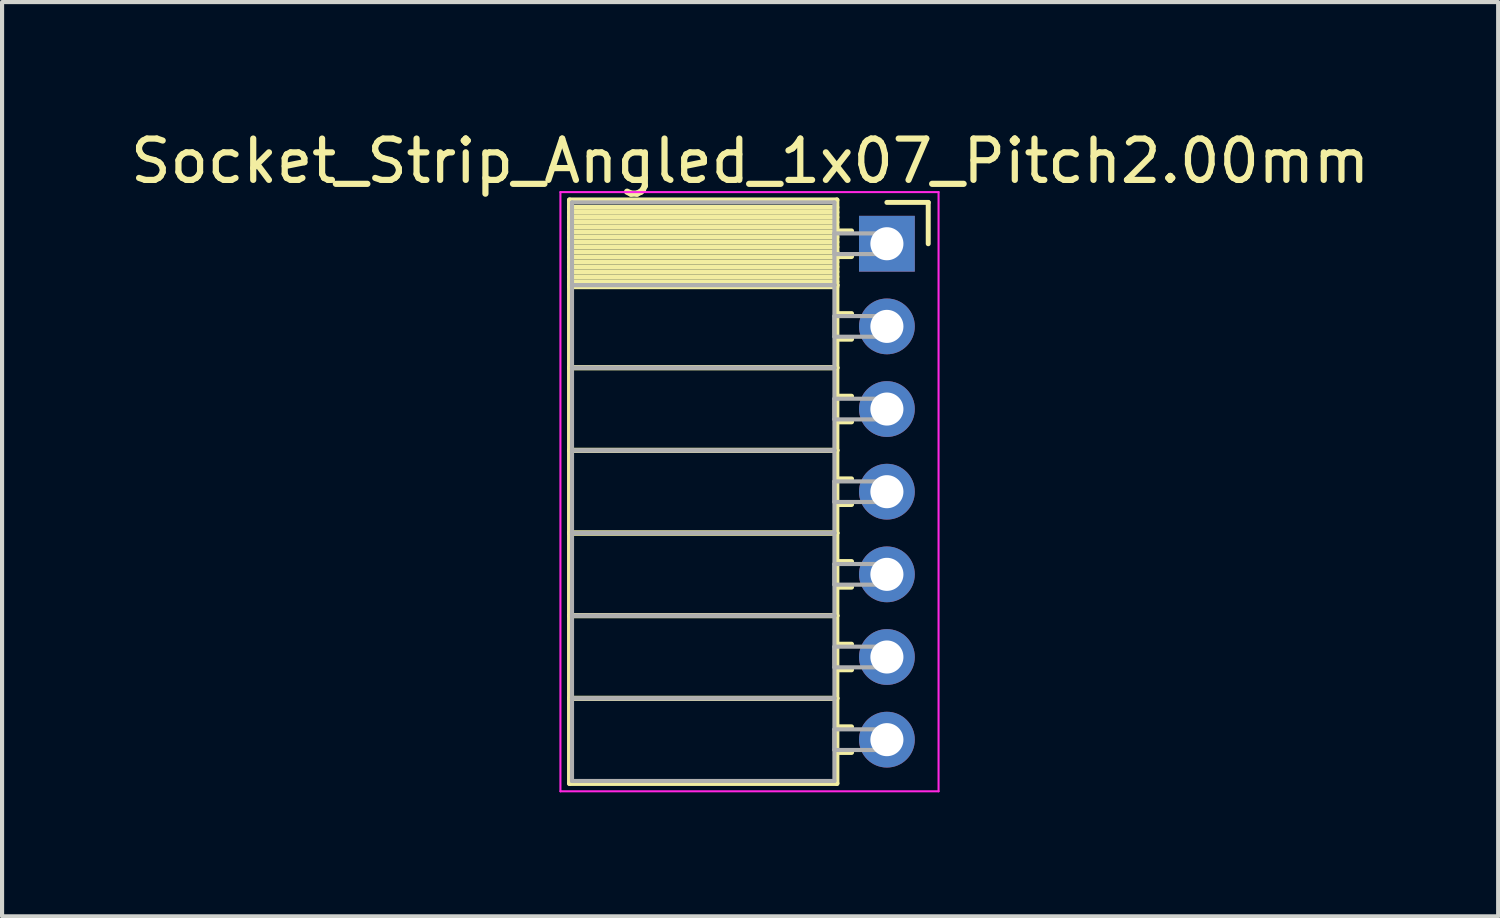
<source format=kicad_pcb>
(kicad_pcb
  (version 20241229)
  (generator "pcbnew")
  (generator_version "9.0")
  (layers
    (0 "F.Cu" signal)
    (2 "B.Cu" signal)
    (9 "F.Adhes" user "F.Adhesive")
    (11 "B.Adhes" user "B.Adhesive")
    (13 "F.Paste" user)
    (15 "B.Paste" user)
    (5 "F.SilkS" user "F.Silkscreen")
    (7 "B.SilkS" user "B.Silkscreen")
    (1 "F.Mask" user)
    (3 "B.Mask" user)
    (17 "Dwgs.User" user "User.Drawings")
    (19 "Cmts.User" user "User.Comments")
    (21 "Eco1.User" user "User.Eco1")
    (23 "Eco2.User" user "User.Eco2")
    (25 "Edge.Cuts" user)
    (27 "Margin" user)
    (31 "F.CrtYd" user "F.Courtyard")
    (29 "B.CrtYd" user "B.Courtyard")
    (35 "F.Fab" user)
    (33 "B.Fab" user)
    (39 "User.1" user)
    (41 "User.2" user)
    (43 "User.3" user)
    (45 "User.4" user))
  (footprint "Socket_Strip_Angled_1x07_Pitch2.00mm"
    (layer "F.Cu")
    (at 18.411 2.848)
    (property "Reference" "Socket_Strip_Angled_1x07_Pitch2.00mm" (at -3.31 -2 0) (layer "F.SilkS") (effects (font (size 1 1) (thickness 0.15))))
    (attr through_hole)
    (fp_line (start -7.68 -1.06) (end -1.21 -1.06) (stroke (width 0.12) (type solid)) (layer "F.SilkS"))
    (fp_line (start -7.68 1) (end -7.68 -1.06) (stroke (width 0.12) (type solid)) (layer "F.SilkS"))
    (fp_line (start -7.68 1) (end -1.21 1) (stroke (width 0.12) (type solid)) (layer "F.SilkS"))
    (fp_line (start -7.68 3) (end -7.68 1) (stroke (width 0.12) (type solid)) (layer "F.SilkS"))
    (fp_line (start -7.68 3) (end -1.21 3) (stroke (width 0.12) (type solid)) (layer "F.SilkS"))
    (fp_line (start -7.68 5) (end -7.68 3) (stroke (width 0.12) (type solid)) (layer "F.SilkS"))
    (fp_line (start -7.68 5) (end -1.21 5) (stroke (width 0.12) (type solid)) (layer "F.SilkS"))
    (fp_line (start -7.68 7) (end -7.68 5) (stroke (width 0.12) (type solid)) (layer "F.SilkS"))
    (fp_line (start -7.68 7) (end -1.21 7) (stroke (width 0.12) (type solid)) (layer "F.SilkS"))
    (fp_line (start -7.68 9) (end -7.68 7) (stroke (width 0.12) (type solid)) (layer "F.SilkS"))
    (fp_line (start -7.68 9) (end -1.21 9) (stroke (width 0.12) (type solid)) (layer "F.SilkS"))
    (fp_line (start -7.68 11) (end -7.68 9) (stroke (width 0.12) (type solid)) (layer "F.SilkS"))
    (fp_line (start -7.68 11) (end -1.21 11) (stroke (width 0.12) (type solid)) (layer "F.SilkS"))
    (fp_line (start -7.68 13.06) (end -7.68 11) (stroke (width 0.12) (type solid)) (layer "F.SilkS"))
    (fp_line (start -1.21 -1.06) (end -1.21 1) (stroke (width 0.12) (type solid)) (layer "F.SilkS"))
    (fp_line (start -1.21 -0.88) (end -7.68 -0.88) (stroke (width 0.12) (type solid)) (layer "F.SilkS"))
    (fp_line (start -1.21 -0.76) (end -7.68 -0.76) (stroke (width 0.12) (type solid)) (layer "F.SilkS"))
    (fp_line (start -1.21 -0.64) (end -7.68 -0.64) (stroke (width 0.12) (type solid)) (layer "F.SilkS"))
    (fp_line (start -1.21 -0.52) (end -7.68 -0.52) (stroke (width 0.12) (type solid)) (layer "F.SilkS"))
    (fp_line (start -1.21 -0.4) (end -7.68 -0.4) (stroke (width 0.12) (type solid)) (layer "F.SilkS"))
    (fp_line (start -1.21 -0.28) (end -7.68 -0.28) (stroke (width 0.12) (type solid)) (layer "F.SilkS"))
    (fp_line (start -1.21 -0.16) (end -7.68 -0.16) (stroke (width 0.12) (type solid)) (layer "F.SilkS"))
    (fp_line (start -1.21 -0.04) (end -7.68 -0.04) (stroke (width 0.12) (type solid)) (layer "F.SilkS"))
    (fp_line (start -1.21 0.08) (end -7.68 0.08) (stroke (width 0.12) (type solid)) (layer "F.SilkS"))
    (fp_line (start -1.21 0.2) (end -7.68 0.2) (stroke (width 0.12) (type solid)) (layer "F.SilkS"))
    (fp_line (start -1.21 0.32) (end -7.68 0.32) (stroke (width 0.12) (type solid)) (layer "F.SilkS"))
    (fp_line (start -1.21 0.44) (end -7.68 0.44) (stroke (width 0.12) (type solid)) (layer "F.SilkS"))
    (fp_line (start -1.21 0.56) (end -7.68 0.56) (stroke (width 0.12) (type solid)) (layer "F.SilkS"))
    (fp_line (start -1.21 0.68) (end -7.68 0.68) (stroke (width 0.12) (type solid)) (layer "F.SilkS"))
    (fp_line (start -1.21 0.8) (end -7.68 0.8) (stroke (width 0.12) (type solid)) (layer "F.SilkS"))
    (fp_line (start -1.21 0.92) (end -7.68 0.92) (stroke (width 0.12) (type solid)) (layer "F.SilkS"))
    (fp_line (start -1.21 1) (end -7.68 1) (stroke (width 0.12) (type solid)) (layer "F.SilkS"))
    (fp_line (start -1.21 1) (end -1.21 3) (stroke (width 0.12) (type solid)) (layer "F.SilkS"))
    (fp_line (start -1.21 1.04) (end -7.68 1.04) (stroke (width 0.12) (type solid)) (layer "F.SilkS"))
    (fp_line (start -1.21 3) (end -7.68 3) (stroke (width 0.12) (type solid)) (layer "F.SilkS"))
    (fp_line (start -1.21 3) (end -1.21 5) (stroke (width 0.12) (type solid)) (layer "F.SilkS"))
    (fp_line (start -1.21 5) (end -7.68 5) (stroke (width 0.12) (type solid)) (layer "F.SilkS"))
    (fp_line (start -1.21 5) (end -1.21 7) (stroke (width 0.12) (type solid)) (layer "F.SilkS"))
    (fp_line (start -1.21 7) (end -7.68 7) (stroke (width 0.12) (type solid)) (layer "F.SilkS"))
    (fp_line (start -1.21 7) (end -1.21 9) (stroke (width 0.12) (type solid)) (layer "F.SilkS"))
    (fp_line (start -1.21 9) (end -7.68 9) (stroke (width 0.12) (type solid)) (layer "F.SilkS"))
    (fp_line (start -1.21 9) (end -1.21 11) (stroke (width 0.12) (type solid)) (layer "F.SilkS"))
    (fp_line (start -1.21 11) (end -7.68 11) (stroke (width 0.12) (type solid)) (layer "F.SilkS"))
    (fp_line (start -1.21 11) (end -1.21 13.06) (stroke (width 0.12) (type solid)) (layer "F.SilkS"))
    (fp_line (start -1.21 13.06) (end -7.68 13.06) (stroke (width 0.12) (type solid)) (layer "F.SilkS"))
    (fp_line (start -0.855 -0.31) (end -1.21 -0.31) (stroke (width 0.12) (type solid)) (layer "F.SilkS"))
    (fp_line (start -0.855 0.31) (end -1.21 0.31) (stroke (width 0.12) (type solid)) (layer "F.SilkS"))
    (fp_line (start -0.855 1.69) (end -1.21 1.69) (stroke (width 0.12) (type solid)) (layer "F.SilkS"))
    (fp_line (start -0.855 2.31) (end -1.21 2.31) (stroke (width 0.12) (type solid)) (layer "F.SilkS"))
    (fp_line (start -0.855 3.69) (end -1.21 3.69) (stroke (width 0.12) (type solid)) (layer "F.SilkS"))
    (fp_line (start -0.855 4.31) (end -1.21 4.31) (stroke (width 0.12) (type solid)) (layer "F.SilkS"))
    (fp_line (start -0.855 5.69) (end -1.21 5.69) (stroke (width 0.12) (type solid)) (layer "F.SilkS"))
    (fp_line (start -0.855 6.31) (end -1.21 6.31) (stroke (width 0.12) (type solid)) (layer "F.SilkS"))
    (fp_line (start -0.855 7.69) (end -1.21 7.69) (stroke (width 0.12) (type solid)) (layer "F.SilkS"))
    (fp_line (start -0.855 8.31) (end -1.21 8.31) (stroke (width 0.12) (type solid)) (layer "F.SilkS"))
    (fp_line (start -0.855 9.69) (end -1.21 9.69) (stroke (width 0.12) (type solid)) (layer "F.SilkS"))
    (fp_line (start -0.855 10.31) (end -1.21 10.31) (stroke (width 0.12) (type solid)) (layer "F.SilkS"))
    (fp_line (start -0.855 11.69) (end -1.21 11.69) (stroke (width 0.12) (type solid)) (layer "F.SilkS"))
    (fp_line (start -0.855 12.31) (end -1.21 12.31) (stroke (width 0.12) (type solid)) (layer "F.SilkS"))
    (fp_line (start 0 -1) (end 1 -1) (stroke (width 0.12) (type solid)) (layer "F.SilkS"))
    (fp_line (start 1 -1) (end 1 0) (stroke (width 0.12) (type solid)) (layer "F.SilkS"))
    (fp_line (start -7.9 -1.25) (end 1.25 -1.25) (stroke (width 0.05) (type solid)) (layer "F.CrtYd"))
    (fp_line (start -7.9 13.25) (end -7.9 -1.25) (stroke (width 0.05) (type solid)) (layer "F.CrtYd"))
    (fp_line (start 1.25 -1.25) (end 1.25 13.25) (stroke (width 0.05) (type solid)) (layer "F.CrtYd"))
    (fp_line (start 1.25 13.25) (end -7.9 13.25) (stroke (width 0.05) (type solid)) (layer "F.CrtYd"))
    (fp_line (start -7.62 -1) (end -1.27 -1) (stroke (width 0.1) (type solid)) (layer "F.Fab"))
    (fp_line (start -7.62 1) (end -7.62 -1) (stroke (width 0.1) (type solid)) (layer "F.Fab"))
    (fp_line (start -7.62 1) (end -1.27 1) (stroke (width 0.1) (type solid)) (layer "F.Fab"))
    (fp_line (start -7.62 3) (end -7.62 1) (stroke (width 0.1) (type solid)) (layer "F.Fab"))
    (fp_line (start -7.62 3) (end -1.27 3) (stroke (width 0.1) (type solid)) (layer "F.Fab"))
    (fp_line (start -7.62 5) (end -7.62 3) (stroke (width 0.1) (type solid)) (layer "F.Fab"))
    (fp_line (start -7.62 5) (end -1.27 5) (stroke (width 0.1) (type solid)) (layer "F.Fab"))
    (fp_line (start -7.62 7) (end -7.62 5) (stroke (width 0.1) (type solid)) (layer "F.Fab"))
    (fp_line (start -7.62 7) (end -1.27 7) (stroke (width 0.1) (type solid)) (layer "F.Fab"))
    (fp_line (start -7.62 9) (end -7.62 7) (stroke (width 0.1) (type solid)) (layer "F.Fab"))
    (fp_line (start -7.62 9) (end -1.27 9) (stroke (width 0.1) (type solid)) (layer "F.Fab"))
    (fp_line (start -7.62 11) (end -7.62 9) (stroke (width 0.1) (type solid)) (layer "F.Fab"))
    (fp_line (start -7.62 11) (end -1.27 11) (stroke (width 0.1) (type solid)) (layer "F.Fab"))
    (fp_line (start -7.62 13) (end -7.62 11) (stroke (width 0.1) (type solid)) (layer "F.Fab"))
    (fp_line (start -1.27 -1) (end -1.27 1) (stroke (width 0.1) (type solid)) (layer "F.Fab"))
    (fp_line (start -1.27 -0.25) (end 0 -0.25) (stroke (width 0.1) (type solid)) (layer "F.Fab"))
    (fp_line (start -1.27 0.25) (end -1.27 -0.25) (stroke (width 0.1) (type solid)) (layer "F.Fab"))
    (fp_line (start -1.27 1) (end -7.62 1) (stroke (width 0.1) (type solid)) (layer "F.Fab"))
    (fp_line (start -1.27 1) (end -1.27 3) (stroke (width 0.1) (type solid)) (layer "F.Fab"))
    (fp_line (start -1.27 1.75) (end 0 1.75) (stroke (width 0.1) (type solid)) (layer "F.Fab"))
    (fp_line (start -1.27 2.25) (end -1.27 1.75) (stroke (width 0.1) (type solid)) (layer "F.Fab"))
    (fp_line (start -1.27 3) (end -7.62 3) (stroke (width 0.1) (type solid)) (layer "F.Fab"))
    (fp_line (start -1.27 3) (end -1.27 5) (stroke (width 0.1) (type solid)) (layer "F.Fab"))
    (fp_line (start -1.27 3.75) (end 0 3.75) (stroke (width 0.1) (type solid)) (layer "F.Fab"))
    (fp_line (start -1.27 4.25) (end -1.27 3.75) (stroke (width 0.1) (type solid)) (layer "F.Fab"))
    (fp_line (start -1.27 5) (end -7.62 5) (stroke (width 0.1) (type solid)) (layer "F.Fab"))
    (fp_line (start -1.27 5) (end -1.27 7) (stroke (width 0.1) (type solid)) (layer "F.Fab"))
    (fp_line (start -1.27 5.75) (end 0 5.75) (stroke (width 0.1) (type solid)) (layer "F.Fab"))
    (fp_line (start -1.27 6.25) (end -1.27 5.75) (stroke (width 0.1) (type solid)) (layer "F.Fab"))
    (fp_line (start -1.27 7) (end -7.62 7) (stroke (width 0.1) (type solid)) (layer "F.Fab"))
    (fp_line (start -1.27 7) (end -1.27 9) (stroke (width 0.1) (type solid)) (layer "F.Fab"))
    (fp_line (start -1.27 7.75) (end 0 7.75) (stroke (width 0.1) (type solid)) (layer "F.Fab"))
    (fp_line (start -1.27 8.25) (end -1.27 7.75) (stroke (width 0.1) (type solid)) (layer "F.Fab"))
    (fp_line (start -1.27 9) (end -7.62 9) (stroke (width 0.1) (type solid)) (layer "F.Fab"))
    (fp_line (start -1.27 9) (end -1.27 11) (stroke (width 0.1) (type solid)) (layer "F.Fab"))
    (fp_line (start -1.27 9.75) (end 0 9.75) (stroke (width 0.1) (type solid)) (layer "F.Fab"))
    (fp_line (start -1.27 10.25) (end -1.27 9.75) (stroke (width 0.1) (type solid)) (layer "F.Fab"))
    (fp_line (start -1.27 11) (end -7.62 11) (stroke (width 0.1) (type solid)) (layer "F.Fab"))
    (fp_line (start -1.27 11) (end -1.27 13) (stroke (width 0.1) (type solid)) (layer "F.Fab"))
    (fp_line (start -1.27 11.75) (end 0 11.75) (stroke (width 0.1) (type solid)) (layer "F.Fab"))
    (fp_line (start -1.27 12.25) (end -1.27 11.75) (stroke (width 0.1) (type solid)) (layer "F.Fab"))
    (fp_line (start -1.27 13) (end -7.62 13) (stroke (width 0.1) (type solid)) (layer "F.Fab"))
    (fp_line (start 0 -0.25) (end 0 0.25) (stroke (width 0.1) (type solid)) (layer "F.Fab"))
    (fp_line (start 0 0.25) (end -1.27 0.25) (stroke (width 0.1) (type solid)) (layer "F.Fab"))
    (fp_line (start 0 1.75) (end 0 2.25) (stroke (width 0.1) (type solid)) (layer "F.Fab"))
    (fp_line (start 0 2.25) (end -1.27 2.25) (stroke (width 0.1) (type solid)) (layer "F.Fab"))
    (fp_line (start 0 3.75) (end 0 4.25) (stroke (width 0.1) (type solid)) (layer "F.Fab"))
    (fp_line (start 0 4.25) (end -1.27 4.25) (stroke (width 0.1) (type solid)) (layer "F.Fab"))
    (fp_line (start 0 5.75) (end 0 6.25) (stroke (width 0.1) (type solid)) (layer "F.Fab"))
    (fp_line (start 0 6.25) (end -1.27 6.25) (stroke (width 0.1) (type solid)) (layer "F.Fab"))
    (fp_line (start 0 7.75) (end 0 8.25) (stroke (width 0.1) (type solid)) (layer "F.Fab"))
    (fp_line (start 0 8.25) (end -1.27 8.25) (stroke (width 0.1) (type solid)) (layer "F.Fab"))
    (fp_line (start 0 9.75) (end 0 10.25) (stroke (width 0.1) (type solid)) (layer "F.Fab"))
    (fp_line (start 0 10.25) (end -1.27 10.25) (stroke (width 0.1) (type solid)) (layer "F.Fab"))
    (fp_line (start 0 11.75) (end 0 12.25) (stroke (width 0.1) (type solid)) (layer "F.Fab"))
    (fp_line (start 0 12.25) (end -1.27 12.25) (stroke (width 0.1) (type solid)) (layer "F.Fab"))
    (pad "1" thru_hole rect (at 0 0) (size 1.35 1.35) (drill 0.8) (layers "*.Cu" "*.Mask"))
    (pad "2" thru_hole oval (at 0 2) (size 1.35 1.35) (drill 0.8) (layers "*.Cu" "*.Mask"))
    (pad "3" thru_hole oval (at 0 4) (size 1.35 1.35) (drill 0.8) (layers "*.Cu" "*.Mask"))
    (pad "4" thru_hole oval (at 0 6) (size 1.35 1.35) (drill 0.8) (layers "*.Cu" "*.Mask"))
    (pad "5" thru_hole oval (at 0 8) (size 1.35 1.35) (drill 0.8) (layers "*.Cu" "*.Mask"))
    (pad "6" thru_hole oval (at 0 10) (size 1.35 1.35) (drill 0.8) (layers "*.Cu" "*.Mask"))
    (pad "7" thru_hole oval (at 0 12) (size 1.35 1.35) (drill 0.8) (layers "*.Cu" "*.Mask")))
  (gr_rect
    (start -3 -3)
    (end 33.202 19.123)
    (stroke (width 0.1) (type default))
    (fill no)
    (layer "Edge.Cuts")))
</source>
